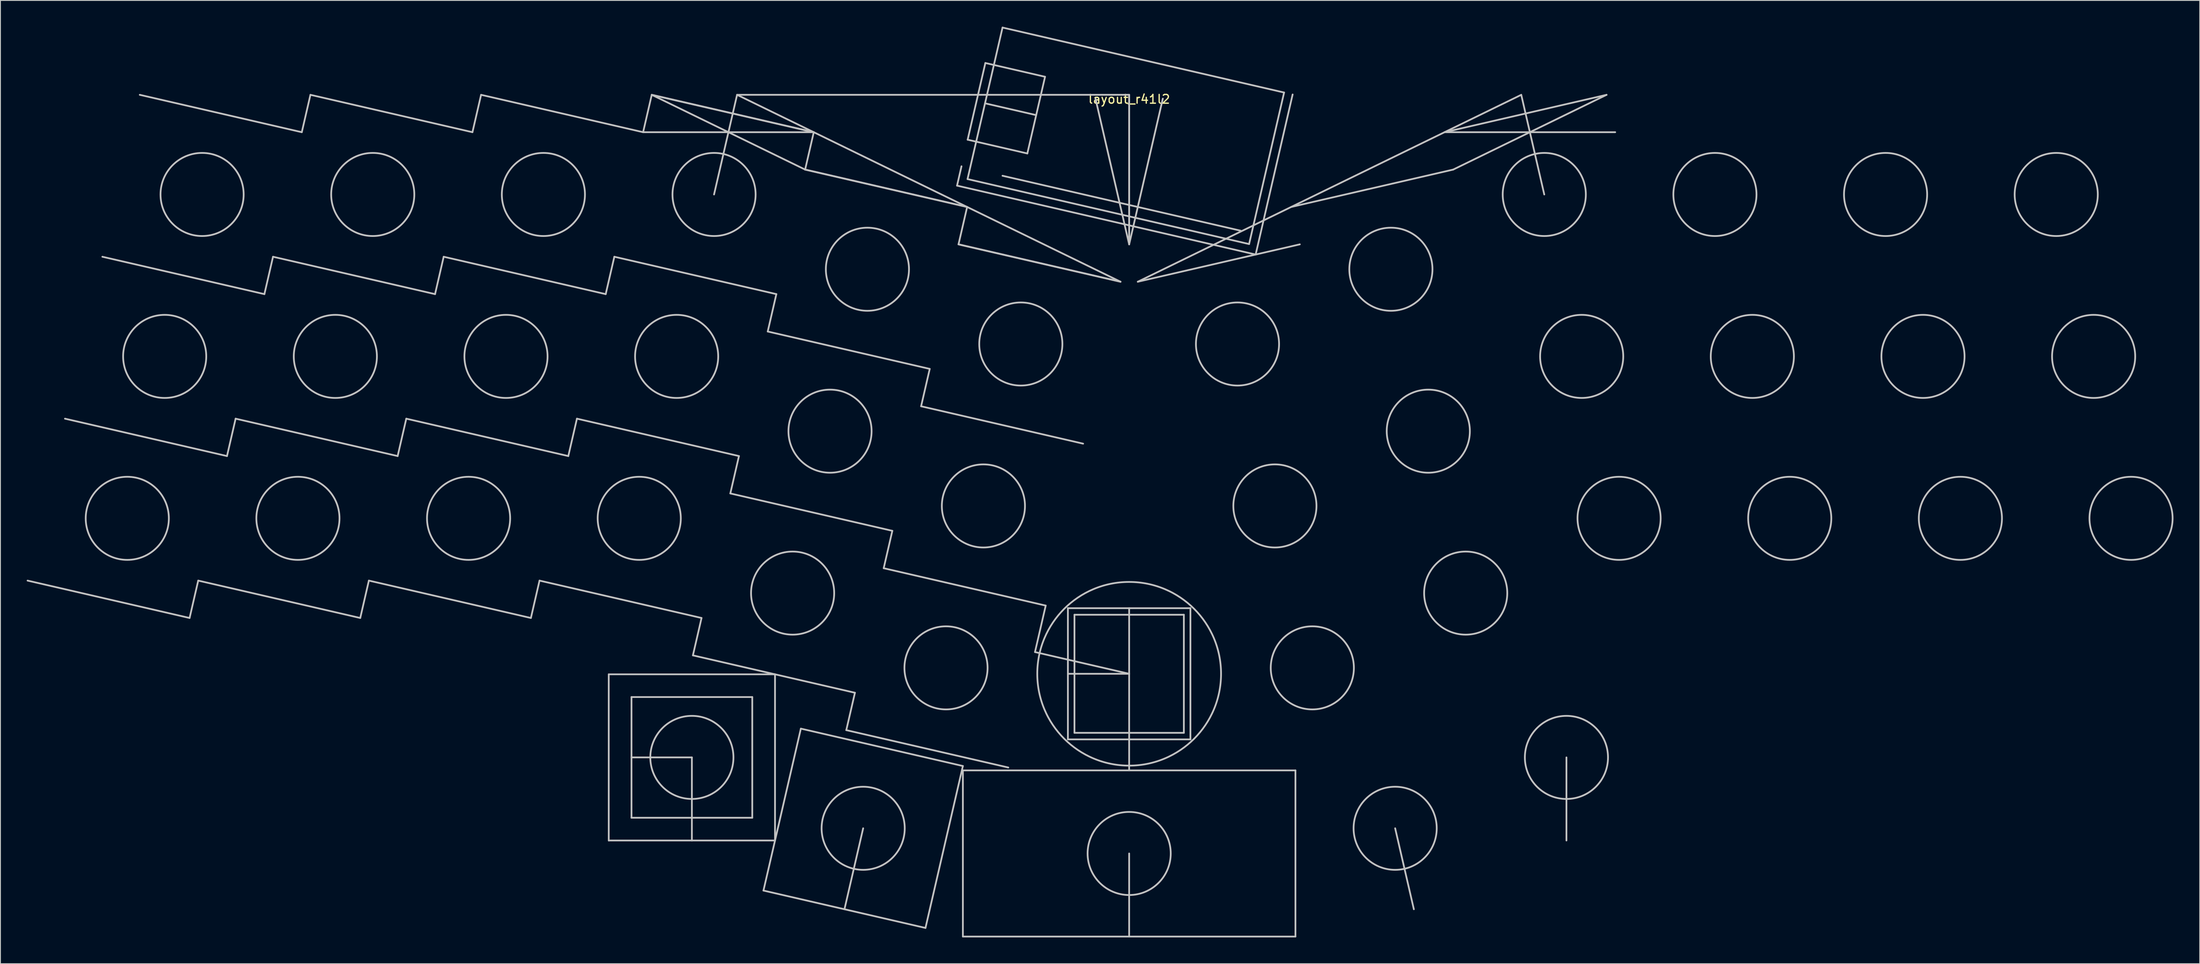
<source format=kicad_pcb>
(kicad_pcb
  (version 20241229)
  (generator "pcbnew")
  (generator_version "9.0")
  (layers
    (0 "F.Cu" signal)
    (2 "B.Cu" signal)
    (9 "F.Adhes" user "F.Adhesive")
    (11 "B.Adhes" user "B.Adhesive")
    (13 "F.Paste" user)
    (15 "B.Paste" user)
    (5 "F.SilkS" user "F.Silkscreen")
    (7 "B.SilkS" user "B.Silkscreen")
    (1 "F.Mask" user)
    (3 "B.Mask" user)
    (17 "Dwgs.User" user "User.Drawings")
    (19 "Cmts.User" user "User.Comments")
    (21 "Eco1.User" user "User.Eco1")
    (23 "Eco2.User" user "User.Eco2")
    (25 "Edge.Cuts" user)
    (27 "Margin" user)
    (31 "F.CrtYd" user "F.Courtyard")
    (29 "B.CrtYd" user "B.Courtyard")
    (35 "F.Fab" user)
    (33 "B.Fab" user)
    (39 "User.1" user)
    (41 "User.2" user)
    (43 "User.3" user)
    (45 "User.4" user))
  (footprint "layout_r41l2"
    (layer "F.Cu")
    (at 125.974 7.79)
    (property "Reference" "layout_r41l2" (at 0 0.5 0) (layer "F.SilkS") (effects (font (size 1 1) (thickness 0.15))))
    (attr through_hole)
    (fp_line (start -107.361 59.813) (end -125.874 55.539) (stroke (width 0.2) (type solid)) (layer "Dwgs.User"))
    (fp_line (start -106.374 55.539) (end -107.361 59.813) (stroke (width 0.2) (type solid)) (layer "Dwgs.User"))
    (fp_line (start -103.087 41.3) (end -121.6 37.026) (stroke (width 0.2) (type solid)) (layer "Dwgs.User"))
    (fp_line (start -102.1 37.026) (end -103.087 41.3) (stroke (width 0.2) (type solid)) (layer "Dwgs.User"))
    (fp_line (start -98.813 22.787) (end -117.326 18.513) (stroke (width 0.2) (type solid)) (layer "Dwgs.User"))
    (fp_line (start -97.826 18.513) (end -98.813 22.787) (stroke (width 0.2) (type solid)) (layer "Dwgs.User"))
    (fp_line (start -94.539 4.274) (end -113.052 0) (stroke (width 0.2) (type solid)) (layer "Dwgs.User"))
    (fp_line (start -93.552 0) (end -94.539 4.274) (stroke (width 0.2) (type solid)) (layer "Dwgs.User"))
    (fp_line (start -87.861 59.813) (end -106.374 55.539) (stroke (width 0.2) (type solid)) (layer "Dwgs.User"))
    (fp_line (start -86.874 55.539) (end -87.861 59.813) (stroke (width 0.2) (type solid)) (layer "Dwgs.User"))
    (fp_line (start -83.587 41.3) (end -102.1 37.026) (stroke (width 0.2) (type solid)) (layer "Dwgs.User"))
    (fp_line (start -82.6 37.026) (end -83.587 41.3) (stroke (width 0.2) (type solid)) (layer "Dwgs.User"))
    (fp_line (start -79.313 22.787) (end -97.826 18.513) (stroke (width 0.2) (type solid)) (layer "Dwgs.User"))
    (fp_line (start -78.326 18.513) (end -79.313 22.787) (stroke (width 0.2) (type solid)) (layer "Dwgs.User"))
    (fp_line (start -75.039 4.274) (end -93.552 0) (stroke (width 0.2) (type solid)) (layer "Dwgs.User"))
    (fp_line (start -74.052 0) (end -75.039 4.274) (stroke (width 0.2) (type solid)) (layer "Dwgs.User"))
    (fp_line (start -68.361 59.813) (end -86.874 55.539) (stroke (width 0.2) (type solid)) (layer "Dwgs.User"))
    (fp_line (start -68.361 59.813) (end -67.375 55.539) (stroke (width 0.2) (type solid)) (layer "Dwgs.User"))
    (fp_line (start -67.375 55.539) (end -48.862 59.813) (stroke (width 0.2) (type solid)) (layer "Dwgs.User"))
    (fp_line (start -64.087 41.3) (end -82.6 37.026) (stroke (width 0.2) (type solid)) (layer "Dwgs.User"))
    (fp_line (start -64.087 41.3) (end -63.1 37.026) (stroke (width 0.2) (type solid)) (layer "Dwgs.User"))
    (fp_line (start -63.1 37.026) (end -44.587 41.3) (stroke (width 0.2) (type solid)) (layer "Dwgs.User"))
    (fp_line (start -59.813 22.787) (end -78.326 18.513) (stroke (width 0.2) (type solid)) (layer "Dwgs.User"))
    (fp_line (start -59.813 22.787) (end -58.826 18.513) (stroke (width 0.2) (type solid)) (layer "Dwgs.User"))
    (fp_line (start -59.466 66.253) (end -40.466 66.253) (stroke (width 0.2) (type solid)) (layer "Dwgs.User"))
    (fp_line (start -59.466 85.253) (end -59.466 66.253) (stroke (width 0.2) (type solid)) (layer "Dwgs.User"))
    (fp_line (start -58.826 18.513) (end -40.313 22.787) (stroke (width 0.2) (type solid)) (layer "Dwgs.User"))
    (fp_line (start -56.866 68.853) (end -56.866 82.653) (stroke (width 0.2) (type solid)) (layer "Dwgs.User"))
    (fp_line (start -56.866 82.653) (end -43.066 82.653) (stroke (width 0.2) (type solid)) (layer "Dwgs.User"))
    (fp_line (start -55.539 4.274) (end -74.052 0) (stroke (width 0.2) (type solid)) (layer "Dwgs.User"))
    (fp_line (start -55.539 4.274) (end -54.552 0) (stroke (width 0.2) (type solid)) (layer "Dwgs.User"))
    (fp_line (start -54.552 0) (end -37.026 8.548) (stroke (width 0.2) (type solid)) (layer "Dwgs.User"))
    (fp_line (start -54.552 0) (end -36.039 4.274) (stroke (width 0.2) (type solid)) (layer "Dwgs.User"))
    (fp_line (start -54.552 0) (end -36.039 4.274) (stroke (width 0.2) (type solid)) (layer "Dwgs.User"))
    (fp_line (start -49.966 75.753) (end -56.866 75.753) (stroke (width 0.2) (type solid)) (layer "Dwgs.User"))
    (fp_line (start -49.966 85.253) (end -49.966 75.753) (stroke (width 0.2) (type solid)) (layer "Dwgs.User"))
    (fp_line (start -49.848 64.087) (end -31.335 68.361) (stroke (width 0.2) (type solid)) (layer "Dwgs.User"))
    (fp_line (start -48.862 59.813) (end -49.848 64.087) (stroke (width 0.2) (type solid)) (layer "Dwgs.User"))
    (fp_line (start -45.574 45.574) (end -27.061 49.848) (stroke (width 0.2) (type solid)) (layer "Dwgs.User"))
    (fp_line (start -44.802 0) (end -47.433 11.394) (stroke (width 0.2) (type solid)) (layer "Dwgs.User"))
    (fp_line (start -44.802 0) (end -0.987 21.37) (stroke (width 0.2) (type solid)) (layer "Dwgs.User"))
    (fp_line (start -44.587 41.3) (end -45.574 45.574) (stroke (width 0.2) (type solid)) (layer "Dwgs.User"))
    (fp_line (start -43.066 68.853) (end -56.866 68.853) (stroke (width 0.2) (type solid)) (layer "Dwgs.User"))
    (fp_line (start -43.066 82.653) (end -43.066 68.853) (stroke (width 0.2) (type solid)) (layer "Dwgs.User"))
    (fp_line (start -41.787 90.976) (end -23.274 95.25) (stroke (width 0.2) (type solid)) (layer "Dwgs.User"))
    (fp_line (start -41.3 27.061) (end -22.787 31.335) (stroke (width 0.2) (type solid)) (layer "Dwgs.User"))
    (fp_line (start -40.466 66.253) (end -40.466 85.253) (stroke (width 0.2) (type solid)) (layer "Dwgs.User"))
    (fp_line (start -40.466 85.253) (end -59.466 85.253) (stroke (width 0.2) (type solid)) (layer "Dwgs.User"))
    (fp_line (start -40.313 22.787) (end -41.3 27.061) (stroke (width 0.2) (type solid)) (layer "Dwgs.User"))
    (fp_line (start -37.513 72.463) (end -41.787 90.976) (stroke (width 0.2) (type solid)) (layer "Dwgs.User"))
    (fp_line (start -37.026 8.548) (end -18.513 12.822) (stroke (width 0.2) (type solid)) (layer "Dwgs.User"))
    (fp_line (start -37.026 8.548) (end -18.513 12.822) (stroke (width 0.2) (type solid)) (layer "Dwgs.User"))
    (fp_line (start -36.039 4.274) (end -55.539 4.274) (stroke (width 0.2) (type solid)) (layer "Dwgs.User"))
    (fp_line (start -36.039 4.274) (end -37.026 8.548) (stroke (width 0.2) (type solid)) (layer "Dwgs.User"))
    (fp_line (start -32.322 72.635) (end -13.809 76.909) (stroke (width 0.2) (type solid)) (layer "Dwgs.User"))
    (fp_line (start -31.335 68.361) (end -32.322 72.635) (stroke (width 0.2) (type solid)) (layer "Dwgs.User"))
    (fp_line (start -30.394 83.857) (end -32.531 93.113) (stroke (width 0.2) (type solid)) (layer "Dwgs.User"))
    (fp_line (start -28.048 54.122) (end -9.535 58.396) (stroke (width 0.2) (type solid)) (layer "Dwgs.User"))
    (fp_line (start -27.061 49.848) (end -28.048 54.122) (stroke (width 0.2) (type solid)) (layer "Dwgs.User"))
    (fp_line (start -23.774 35.609) (end -5.261 39.883) (stroke (width 0.2) (type solid)) (layer "Dwgs.User"))
    (fp_line (start -23.274 95.25) (end -19 76.737) (stroke (width 0.2) (type solid)) (layer "Dwgs.User"))
    (fp_line (start -22.787 31.335) (end -23.774 35.609) (stroke (width 0.2) (type solid)) (layer "Dwgs.User"))
    (fp_line (start -19.668 10.383) (end 14.454 18.261) (stroke (width 0.2) (type solid)) (layer "Dwgs.User"))
    (fp_line (start -19.5 17.096) (end -0.987 21.37) (stroke (width 0.2) (type solid)) (layer "Dwgs.User"))
    (fp_line (start -19.5 17.096) (end -0.987 21.37) (stroke (width 0.2) (type solid)) (layer "Dwgs.User"))
    (fp_line (start -19.158 8.172) (end -19.668 10.383) (stroke (width 0.2) (type solid)) (layer "Dwgs.User"))
    (fp_line (start -19 76.737) (end -37.513 72.463) (stroke (width 0.2) (type solid)) (layer "Dwgs.User"))
    (fp_line (start -19 77.237) (end 19 77.237) (stroke (width 0.2) (type solid)) (layer "Dwgs.User"))
    (fp_line (start -19 96.237) (end -19 77.237) (stroke (width 0.2) (type solid)) (layer "Dwgs.User"))
    (fp_line (start -18.513 12.822) (end -19.5 17.096) (stroke (width 0.2) (type solid)) (layer "Dwgs.User"))
    (fp_line (start -18.469 9.634) (end -14.469 -7.69) (stroke (width 0.2) (type solid)) (layer "Dwgs.User"))
    (fp_line (start -18.456 5.131) (end -11.635 6.706) (stroke (width 0.2) (type solid)) (layer "Dwgs.User"))
    (fp_line (start -16.469 0.972) (end -10.623 2.321) (stroke (width 0.2) (type solid)) (layer "Dwgs.User"))
    (fp_line (start -16.431 -3.638) (end -18.456 5.131) (stroke (width 0.2) (type solid)) (layer "Dwgs.User"))
    (fp_line (start -14.471 9.254) (end 12.753 15.539) (stroke (width 0.2) (type solid)) (layer "Dwgs.User"))
    (fp_line (start -14.469 -7.69) (end 17.704 -0.262) (stroke (width 0.2) (type solid)) (layer "Dwgs.User"))
    (fp_line (start -11.635 6.706) (end -9.611 -2.063) (stroke (width 0.2) (type solid)) (layer "Dwgs.User"))
    (fp_line (start -10.761 63.708) (end -9.535 58.396) (stroke (width 0.2) (type solid)) (layer "Dwgs.User"))
    (fp_line (start -9.611 -2.063) (end -16.431 -3.638) (stroke (width 0.2) (type solid)) (layer "Dwgs.User"))
    (fp_line (start -7 58.693) (end -7 73.693) (stroke (width 0.2) (type solid)) (layer "Dwgs.User"))
    (fp_line (start -7 66.193) (end 0 66.193) (stroke (width 0.2) (type solid)) (layer "Dwgs.User"))
    (fp_line (start -7 73.693) (end 7 73.693) (stroke (width 0.2) (type solid)) (layer "Dwgs.User"))
    (fp_line (start -6.25 59.443) (end -6.25 72.943) (stroke (width 0.2) (type solid)) (layer "Dwgs.User"))
    (fp_line (start -6.25 72.943) (end 6.25 72.943) (stroke (width 0.2) (type solid)) (layer "Dwgs.User"))
    (fp_line (start 0 0) (end -44.802 0) (stroke (width 0.2) (type solid)) (layer "Dwgs.User"))
    (fp_line (start 0 0) (end 0 17.096) (stroke (width 0.2) (type solid)) (layer "Dwgs.User"))
    (fp_line (start 0 0) (end 0 17.096) (stroke (width 0.2) (type solid)) (layer "Dwgs.User"))
    (fp_line (start 0 17.096) (end -3.846 0.438) (stroke (width 0.2) (type solid)) (layer "Dwgs.User"))
    (fp_line (start 0 17.096) (end 3.846 0.438) (stroke (width 0.2) (type solid)) (layer "Dwgs.User"))
    (fp_line (start 0 66.193) (end -10.761 63.708) (stroke (width 0.2) (type solid)) (layer "Dwgs.User"))
    (fp_line (start 0 66.193) (end 0 58.693) (stroke (width 0.2) (type solid)) (layer "Dwgs.User"))
    (fp_line (start 0 77.237) (end 0 66.193) (stroke (width 0.2) (type solid)) (layer "Dwgs.User"))
    (fp_line (start 0 86.737) (end 0 96.237) (stroke (width 0.2) (type solid)) (layer "Dwgs.User"))
    (fp_line (start 6.25 59.443) (end -6.25 59.443) (stroke (width 0.2) (type solid)) (layer "Dwgs.User"))
    (fp_line (start 6.25 72.943) (end 6.25 59.443) (stroke (width 0.2) (type solid)) (layer "Dwgs.User"))
    (fp_line (start 7 58.693) (end -7 58.693) (stroke (width 0.2) (type solid)) (layer "Dwgs.User"))
    (fp_line (start 7 73.693) (end 7 58.693) (stroke (width 0.2) (type solid)) (layer "Dwgs.User"))
    (fp_line (start 13.705 17.062) (end -18.469 9.634) (stroke (width 0.2) (type solid)) (layer "Dwgs.User"))
    (fp_line (start 14.454 18.261) (end 18.679 -0.038) (stroke (width 0.2) (type solid)) (layer "Dwgs.User"))
    (fp_line (start 17.704 -0.262) (end 13.705 17.062) (stroke (width 0.2) (type solid)) (layer "Dwgs.User"))
    (fp_line (start 19 77.237) (end 19 96.237) (stroke (width 0.2) (type solid)) (layer "Dwgs.User"))
    (fp_line (start 19 96.237) (end -19 96.237) (stroke (width 0.2) (type solid)) (layer "Dwgs.User"))
    (fp_line (start 19.5 17.096) (end 0.987 21.37) (stroke (width 0.2) (type solid)) (layer "Dwgs.User"))
    (fp_line (start 30.394 83.857) (end 32.531 93.113) (stroke (width 0.2) (type solid)) (layer "Dwgs.User"))
    (fp_line (start 36.039 4.274) (end 55.539 4.274) (stroke (width 0.2) (type solid)) (layer "Dwgs.User"))
    (fp_line (start 37.026 8.548) (end 18.513 12.822) (stroke (width 0.2) (type solid)) (layer "Dwgs.User"))
    (fp_line (start 44.802 0) (end 0.987 21.37) (stroke (width 0.2) (type solid)) (layer "Dwgs.User"))
    (fp_line (start 44.802 0) (end 47.433 11.394) (stroke (width 0.2) (type solid)) (layer "Dwgs.User"))
    (fp_line (start 49.966 85.253) (end 49.966 75.753) (stroke (width 0.2) (type solid)) (layer "Dwgs.User"))
    (fp_line (start 54.552 0) (end 36.039 4.274) (stroke (width 0.2) (type solid)) (layer "Dwgs.User"))
    (fp_line (start 54.552 0) (end 37.026 8.548) (stroke (width 0.2) (type solid)) (layer "Dwgs.User"))
    (fp_circle (center -114.48 48.42) (end -109.73 48.42) (stroke (width 0.2) (type solid)) (fill no) (layer "Dwgs.User"))
    (fp_circle (center -110.206 29.907) (end -105.456 29.907) (stroke (width 0.2) (type solid)) (fill no) (layer "Dwgs.User"))
    (fp_circle (center -105.932 11.394) (end -101.182 11.394) (stroke (width 0.2) (type solid)) (fill no) (layer "Dwgs.User"))
    (fp_circle (center -94.981 48.42) (end -90.231 48.42) (stroke (width 0.2) (type solid)) (fill no) (layer "Dwgs.User"))
    (fp_circle (center -90.706 29.907) (end -85.956 29.907) (stroke (width 0.2) (type solid)) (fill no) (layer "Dwgs.User"))
    (fp_circle (center -86.432 11.394) (end -81.682 11.394) (stroke (width 0.2) (type solid)) (fill no) (layer "Dwgs.User"))
    (fp_circle (center -75.481 48.42) (end -70.731 48.42) (stroke (width 0.2) (type solid)) (fill no) (layer "Dwgs.User"))
    (fp_circle (center -71.207 29.907) (end -66.457 29.907) (stroke (width 0.2) (type solid)) (fill no) (layer "Dwgs.User"))
    (fp_circle (center -66.933 11.394) (end -62.183 11.394) (stroke (width 0.2) (type solid)) (fill no) (layer "Dwgs.User"))
    (fp_circle (center -55.981 48.42) (end -51.231 48.42) (stroke (width 0.2) (type solid)) (fill no) (layer "Dwgs.User"))
    (fp_circle (center -51.707 29.907) (end -46.957 29.907) (stroke (width 0.2) (type solid)) (fill no) (layer "Dwgs.User"))
    (fp_circle (center -49.966 75.753) (end -45.216 75.753) (stroke (width 0.2) (type solid)) (fill no) (layer "Dwgs.User"))
    (fp_circle (center -47.433 11.394) (end -42.683 11.394) (stroke (width 0.2) (type solid)) (fill no) (layer "Dwgs.User"))
    (fp_circle (center -38.455 56.968) (end -33.705 56.968) (stroke (width 0.2) (type solid)) (fill no) (layer "Dwgs.User"))
    (fp_circle (center -34.181 38.455) (end -29.431 38.455) (stroke (width 0.2) (type solid)) (fill no) (layer "Dwgs.User"))
    (fp_circle (center -30.394 83.857) (end -25.644 83.857) (stroke (width 0.2) (type solid)) (fill no) (layer "Dwgs.User"))
    (fp_circle (center -29.907 19.942) (end -25.157 19.942) (stroke (width 0.2) (type solid)) (fill no) (layer "Dwgs.User"))
    (fp_circle (center -20.928 65.516) (end -16.178 65.516) (stroke (width 0.2) (type solid)) (fill no) (layer "Dwgs.User"))
    (fp_circle (center -16.654 47.003) (end -11.904 47.003) (stroke (width 0.2) (type solid)) (fill no) (layer "Dwgs.User"))
    (fp_circle (center -12.38 28.49) (end -7.63 28.49) (stroke (width 0.2) (type solid)) (fill no) (layer "Dwgs.User"))
    (fp_circle (center 0 66.193) (end 10.5 66.193) (stroke (width 0.2) (type solid)) (fill no) (layer "Dwgs.User"))
    (fp_circle (center 0 86.737) (end 4.75 86.737) (stroke (width 0.2) (type solid)) (fill no) (layer "Dwgs.User"))
    (fp_circle (center 12.38 28.49) (end 17.13 28.49) (stroke (width 0.2) (type solid)) (fill no) (layer "Dwgs.User"))
    (fp_circle (center 16.654 47.003) (end 21.404 47.003) (stroke (width 0.2) (type solid)) (fill no) (layer "Dwgs.User"))
    (fp_circle (center 20.928 65.516) (end 25.678 65.516) (stroke (width 0.2) (type solid)) (fill no) (layer "Dwgs.User"))
    (fp_circle (center 29.907 19.942) (end 34.657 19.942) (stroke (width 0.2) (type solid)) (fill no) (layer "Dwgs.User"))
    (fp_circle (center 30.394 83.857) (end 35.144 83.857) (stroke (width 0.2) (type solid)) (fill no) (layer "Dwgs.User"))
    (fp_circle (center 34.181 38.455) (end 38.931 38.455) (stroke (width 0.2) (type solid)) (fill no) (layer "Dwgs.User"))
    (fp_circle (center 38.455 56.968) (end 43.205 56.968) (stroke (width 0.2) (type solid)) (fill no) (layer "Dwgs.User"))
    (fp_circle (center 47.433 11.394) (end 52.183 11.394) (stroke (width 0.2) (type solid)) (fill no) (layer "Dwgs.User"))
    (fp_circle (center 49.966 75.753) (end 54.716 75.753) (stroke (width 0.2) (type solid)) (fill no) (layer "Dwgs.User"))
    (fp_circle (center 51.707 29.907) (end 56.457 29.907) (stroke (width 0.2) (type solid)) (fill no) (layer "Dwgs.User"))
    (fp_circle (center 55.981 48.42) (end 60.731 48.42) (stroke (width 0.2) (type solid)) (fill no) (layer "Dwgs.User"))
    (fp_circle (center 66.933 11.394) (end 71.683 11.394) (stroke (width 0.2) (type solid)) (fill no) (layer "Dwgs.User"))
    (fp_circle (center 71.207 29.907) (end 75.957 29.907) (stroke (width 0.2) (type solid)) (fill no) (layer "Dwgs.User"))
    (fp_circle (center 75.481 48.42) (end 80.231 48.42) (stroke (width 0.2) (type solid)) (fill no) (layer "Dwgs.User"))
    (fp_circle (center 86.432 11.394) (end 91.182 11.394) (stroke (width 0.2) (type solid)) (fill no) (layer "Dwgs.User"))
    (fp_circle (center 90.706 29.907) (end 95.456 29.907) (stroke (width 0.2) (type solid)) (fill no) (layer "Dwgs.User"))
    (fp_circle (center 94.981 48.42) (end 99.731 48.42) (stroke (width 0.2) (type solid)) (fill no) (layer "Dwgs.User"))
    (fp_circle (center 105.932 11.394) (end 110.682 11.394) (stroke (width 0.2) (type solid)) (fill no) (layer "Dwgs.User"))
    (fp_circle (center 110.206 29.907) (end 114.956 29.907) (stroke (width 0.2) (type solid)) (fill no) (layer "Dwgs.User"))
    (fp_circle (center 114.48 48.42) (end 119.23 48.42) (stroke (width 0.2) (type solid)) (fill no) (layer "Dwgs.User")))
  (gr_rect
    (start -3 -3)
    (end 248.304 107.127)
    (stroke (width 0.1) (type default))
    (fill no)
    (layer "Edge.Cuts")))
</source>
